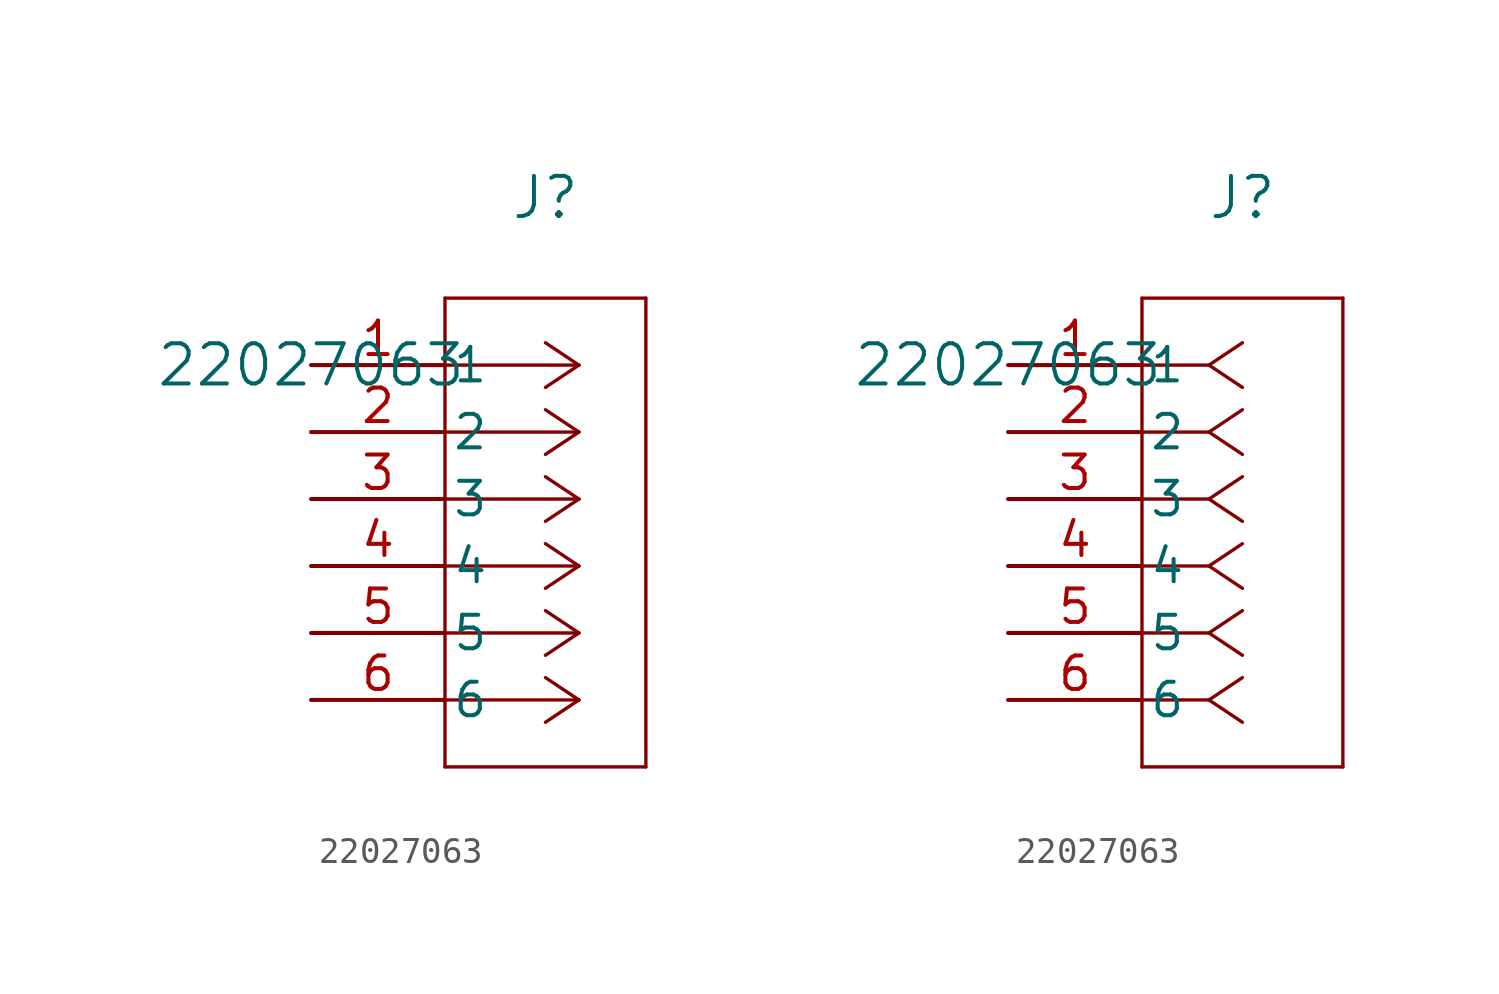
<source format=kicad_sym>
(kicad_symbol_lib
  (version 20241209)
  (generator "kicad_symbol_editor")
  (generator_version "9.0")
  (symbol "22027063"
    (pin_names
      (offset 0.254))
    (property "Reference" "J"
      (at 8.89 6.35 0)
      (effects (font (size 1.524 1.524))))
    (property "Value" "22027063"
      (at 0 0 0)
      (effects (font (size 1.524 1.524))))
    (property "ki_locked" ""
      (at 0 0 0)
      (effects (font (size 1.27 1.27))))
    (symbol "22027063_1_1"
      (polyline (pts (xy 5.08 2.54) (xy 5.08 -15.24)) (stroke (width 0.127) (type default)) (fill (type none)))
      (polyline (pts (xy 5.08 -15.24) (xy 12.7 -15.24)) (stroke (width 0.127) (type default)) (fill (type none)))
      (polyline (pts (xy 10.16 0) (xy 5.08 0)) (stroke (width 0.127) (type default)) (fill (type none)))
      (polyline (pts (xy 10.16 0) (xy 8.89 0.847)) (stroke (width 0.127) (type default)) (fill (type none)))
      (polyline (pts (xy 10.16 0) (xy 8.89 -0.847)) (stroke (width 0.127) (type default)) (fill (type none)))
      (polyline (pts (xy 10.16 -2.54) (xy 5.08 -2.54)) (stroke (width 0.127) (type default)) (fill (type none)))
      (polyline (pts (xy 10.16 -2.54) (xy 8.89 -1.693)) (stroke (width 0.127) (type default)) (fill (type none)))
      (polyline (pts (xy 10.16 -2.54) (xy 8.89 -3.387)) (stroke (width 0.127) (type default)) (fill (type none)))
      (polyline (pts (xy 10.16 -5.08) (xy 5.08 -5.08)) (stroke (width 0.127) (type default)) (fill (type none)))
      (polyline (pts (xy 10.16 -5.08) (xy 8.89 -4.233)) (stroke (width 0.127) (type default)) (fill (type none)))
      (polyline (pts (xy 10.16 -5.08) (xy 8.89 -5.927)) (stroke (width 0.127) (type default)) (fill (type none)))
      (polyline (pts (xy 10.16 -7.62) (xy 5.08 -7.62)) (stroke (width 0.127) (type default)) (fill (type none)))
      (polyline (pts (xy 10.16 -7.62) (xy 8.89 -6.773)) (stroke (width 0.127) (type default)) (fill (type none)))
      (polyline (pts (xy 10.16 -7.62) (xy 8.89 -8.467)) (stroke (width 0.127) (type default)) (fill (type none)))
      (polyline (pts (xy 10.16 -10.16) (xy 5.08 -10.16)) (stroke (width 0.127) (type default)) (fill (type none)))
      (polyline (pts (xy 10.16 -10.16) (xy 8.89 -9.313)) (stroke (width 0.127) (type default)) (fill (type none)))
      (polyline (pts (xy 10.16 -10.16) (xy 8.89 -11.007)) (stroke (width 0.127) (type default)) (fill (type none)))
      (polyline (pts (xy 10.16 -12.7) (xy 5.08 -12.7)) (stroke (width 0.127) (type default)) (fill (type none)))
      (polyline (pts (xy 10.16 -12.7) (xy 8.89 -11.853)) (stroke (width 0.127) (type default)) (fill (type none)))
      (polyline (pts (xy 10.16 -12.7) (xy 8.89 -13.547)) (stroke (width 0.127) (type default)) (fill (type none)))
      (polyline (pts (xy 12.7 2.54) (xy 5.08 2.54)) (stroke (width 0.127) (type default)) (fill (type none)))
      (polyline (pts (xy 12.7 -15.24) (xy 12.7 2.54)) (stroke (width 0.127) (type default)) (fill (type none)))
      (pin passive line (at 0 0 0) (length 5.08) (name "1" (effects (font (size 1.27 1.27)))) (number "1" (effects (font (size 1.27 1.27)))))
      (pin passive line (at 0 -2.54 0) (length 5.08) (name "2" (effects (font (size 1.27 1.27)))) (number "2" (effects (font (size 1.27 1.27)))))
      (pin passive line (at 0 -5.08 0) (length 5.08) (name "3" (effects (font (size 1.27 1.27)))) (number "3" (effects (font (size 1.27 1.27)))))
      (pin passive line (at 0 -7.62 0) (length 5.08) (name "4" (effects (font (size 1.27 1.27)))) (number "4" (effects (font (size 1.27 1.27)))))
      (pin passive line (at 0 -10.16 0) (length 5.08) (name "5" (effects (font (size 1.27 1.27)))) (number "5" (effects (font (size 1.27 1.27)))))
      (pin passive line (at 0 -12.7 0) (length 5.08) (name "6" (effects (font (size 1.27 1.27)))) (number "6" (effects (font (size 1.27 1.27))))))
    (symbol "22027063_1_2"
      (polyline (pts (xy 5.08 2.54) (xy 5.08 -15.24)) (stroke (width 0.127) (type default)) (fill (type none)))
      (polyline (pts (xy 5.08 -15.24) (xy 12.7 -15.24)) (stroke (width 0.127) (type default)) (fill (type none)))
      (polyline (pts (xy 7.62 0) (xy 5.08 0)) (stroke (width 0.127) (type default)) (fill (type none)))
      (polyline (pts (xy 7.62 0) (xy 8.89 0.847)) (stroke (width 0.127) (type default)) (fill (type none)))
      (polyline (pts (xy 7.62 0) (xy 8.89 -0.847)) (stroke (width 0.127) (type default)) (fill (type none)))
      (polyline (pts (xy 7.62 -2.54) (xy 5.08 -2.54)) (stroke (width 0.127) (type default)) (fill (type none)))
      (polyline (pts (xy 7.62 -2.54) (xy 8.89 -1.693)) (stroke (width 0.127) (type default)) (fill (type none)))
      (polyline (pts (xy 7.62 -2.54) (xy 8.89 -3.387)) (stroke (width 0.127) (type default)) (fill (type none)))
      (polyline (pts (xy 7.62 -5.08) (xy 5.08 -5.08)) (stroke (width 0.127) (type default)) (fill (type none)))
      (polyline (pts (xy 7.62 -5.08) (xy 8.89 -4.233)) (stroke (width 0.127) (type default)) (fill (type none)))
      (polyline (pts (xy 7.62 -5.08) (xy 8.89 -5.927)) (stroke (width 0.127) (type default)) (fill (type none)))
      (polyline (pts (xy 7.62 -7.62) (xy 5.08 -7.62)) (stroke (width 0.127) (type default)) (fill (type none)))
      (polyline (pts (xy 7.62 -7.62) (xy 8.89 -6.773)) (stroke (width 0.127) (type default)) (fill (type none)))
      (polyline (pts (xy 7.62 -7.62) (xy 8.89 -8.467)) (stroke (width 0.127) (type default)) (fill (type none)))
      (polyline (pts (xy 7.62 -10.16) (xy 5.08 -10.16)) (stroke (width 0.127) (type default)) (fill (type none)))
      (polyline (pts (xy 7.62 -10.16) (xy 8.89 -9.313)) (stroke (width 0.127) (type default)) (fill (type none)))
      (polyline (pts (xy 7.62 -10.16) (xy 8.89 -11.007)) (stroke (width 0.127) (type default)) (fill (type none)))
      (polyline (pts (xy 7.62 -12.7) (xy 5.08 -12.7)) (stroke (width 0.127) (type default)) (fill (type none)))
      (polyline (pts (xy 7.62 -12.7) (xy 8.89 -11.853)) (stroke (width 0.127) (type default)) (fill (type none)))
      (polyline (pts (xy 7.62 -12.7) (xy 8.89 -13.547)) (stroke (width 0.127) (type default)) (fill (type none)))
      (polyline (pts (xy 12.7 2.54) (xy 5.08 2.54)) (stroke (width 0.127) (type default)) (fill (type none)))
      (polyline (pts (xy 12.7 -15.24) (xy 12.7 2.54)) (stroke (width 0.127) (type default)) (fill (type none)))
      (pin unspecified line (at 0 0 0) (length 5.08) (name "1" (effects (font (size 1.27 1.27)))) (number "1" (effects (font (size 1.27 1.27)))))
      (pin unspecified line (at 0 -2.54 0) (length 5.08) (name "2" (effects (font (size 1.27 1.27)))) (number "2" (effects (font (size 1.27 1.27)))))
      (pin unspecified line (at 0 -5.08 0) (length 5.08) (name "3" (effects (font (size 1.27 1.27)))) (number "3" (effects (font (size 1.27 1.27)))))
      (pin unspecified line (at 0 -7.62 0) (length 5.08) (name "4" (effects (font (size 1.27 1.27)))) (number "4" (effects (font (size 1.27 1.27)))))
      (pin unspecified line (at 0 -10.16 0) (length 5.08) (name "5" (effects (font (size 1.27 1.27)))) (number "5" (effects (font (size 1.27 1.27)))))
      (pin unspecified line (at 0 -12.7 0) (length 5.08) (name "6" (effects (font (size 1.27 1.27)))) (number "6" (effects (font (size 1.27 1.27))))))))
</source>
